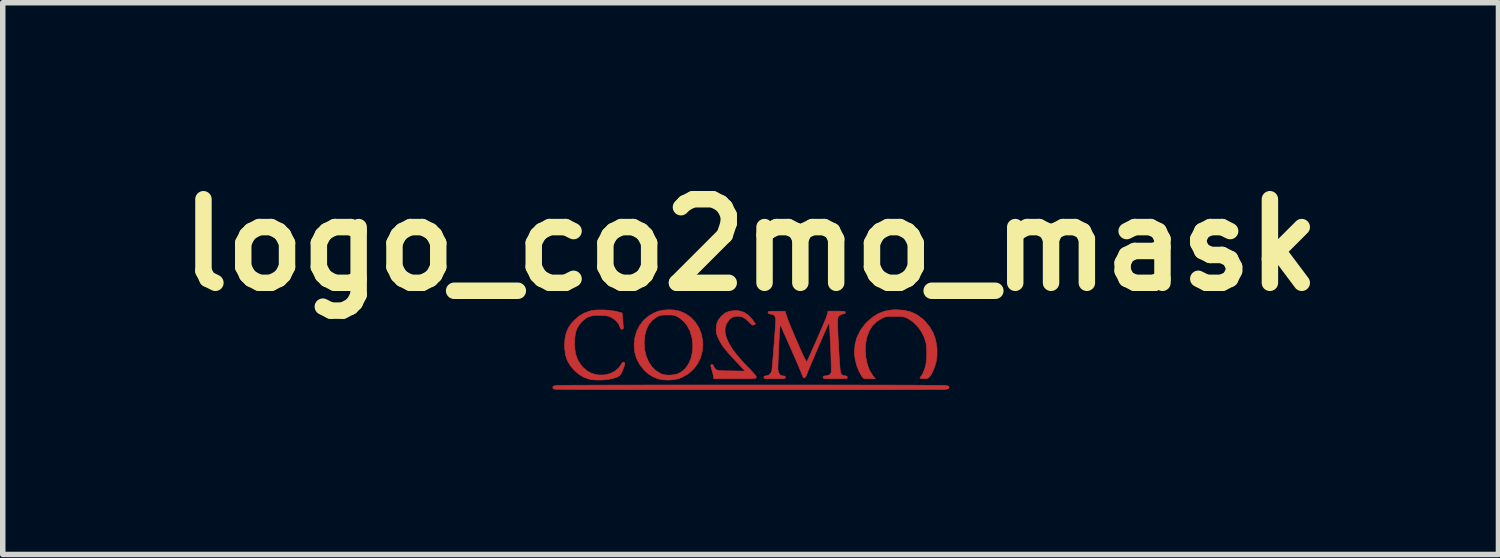
<source format=kicad_pcb>
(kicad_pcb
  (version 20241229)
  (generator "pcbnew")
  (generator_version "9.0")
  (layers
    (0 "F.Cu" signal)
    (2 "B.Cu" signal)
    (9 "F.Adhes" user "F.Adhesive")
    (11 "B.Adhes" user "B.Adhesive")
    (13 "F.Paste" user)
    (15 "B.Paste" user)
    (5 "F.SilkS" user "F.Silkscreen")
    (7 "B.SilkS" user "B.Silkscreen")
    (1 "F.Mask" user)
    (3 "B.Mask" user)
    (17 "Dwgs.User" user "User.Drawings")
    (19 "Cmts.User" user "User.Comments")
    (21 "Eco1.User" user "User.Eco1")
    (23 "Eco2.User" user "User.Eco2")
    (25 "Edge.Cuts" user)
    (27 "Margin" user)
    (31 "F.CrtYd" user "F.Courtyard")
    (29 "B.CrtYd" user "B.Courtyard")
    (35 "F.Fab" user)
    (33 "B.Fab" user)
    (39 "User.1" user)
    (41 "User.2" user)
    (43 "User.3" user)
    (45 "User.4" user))
  (footprint "logo_co2mo_mask"
    (layer "F.Cu")
    (at 10.639 3.323)
    (property "Reference" "logo_co2mo_mask" (at 0 -1.905 0) (layer "F.SilkS") (effects (font (size 1.524 1.524) (thickness 0.3))))
    (attr through_hole)
    (fp_poly (pts (xy -1.393 -0.719) (xy -1.304 -0.702) (xy -1.297 -0.7) (xy -1.187 -0.653) (xy -1.091 -0.586) (xy -1.01 -0.502) (xy -0.946 -0.402) (xy -0.901 -0.291) (xy -0.876 -0.169) (xy -0.871 -0.089) (xy -0.883 0.04) (xy -0.917 0.159) (xy -0.972 0.268) (xy -1.045 0.363) (xy -1.136 0.443) (xy -1.242 0.504) (xy -1.319 0.534) (xy -1.403 0.552) (xy -1.498 0.558) (xy -1.593 0.554) (xy -1.678 0.538) (xy -1.692 0.534) (xy -1.781 0.499) (xy -1.857 0.451) (xy -1.93 0.387) (xy -1.948 0.368) (xy -2.027 0.267) (xy -2.082 0.16) (xy -2.114 0.044) (xy -2.124 -0.084) (xy -2.124 -0.089) (xy -2.122 -0.106) (xy -1.942 -0.106) (xy -1.931 0.013) (xy -1.903 0.125) (xy -1.86 0.226) (xy -1.801 0.314) (xy -1.73 0.385) (xy -1.647 0.438) (xy -1.616 0.451) (xy -1.552 0.465) (xy -1.476 0.469) (xy -1.399 0.462) (xy -1.331 0.445) (xy -1.33 0.445) (xy -1.251 0.402) (xy -1.183 0.339) (xy -1.129 0.259) (xy -1.088 0.164) (xy -1.063 0.059) (xy -1.054 -0.056) (xy -1.063 -0.175) (xy -1.072 -0.23) (xy -1.107 -0.341) (xy -1.16 -0.439) (xy -1.229 -0.522) (xy -1.312 -0.585) (xy -1.323 -0.591) (xy -1.356 -0.609) (xy -1.386 -0.62) (xy -1.419 -0.626) (xy -1.462 -0.628) (xy -1.518 -0.629) (xy -1.578 -0.628) (xy -1.62 -0.625) (xy -1.652 -0.619) (xy -1.682 -0.607) (xy -1.713 -0.591) (xy -1.792 -0.534) (xy -1.854 -0.46) (xy -1.899 -0.368) (xy -1.929 -0.257) (xy -1.933 -0.229) (xy -1.942 -0.106) (xy -2.122 -0.106) (xy -2.111 -0.216) (xy -2.076 -0.335) (xy -2.02 -0.442) (xy -1.946 -0.536) (xy -1.854 -0.614) (xy -1.746 -0.674) (xy -1.679 -0.699) (xy -1.591 -0.717) (xy -1.492 -0.724) (xy -1.393 -0.719)) (stroke (width 0.01) (type solid)) (fill yes) (layer "F.Cu"))
    (fp_poly (pts (xy 2.795 -0.715) (xy 2.914 -0.687) (xy 3.021 -0.64) (xy 3.12 -0.571) (xy 3.175 -0.521) (xy 3.264 -0.415) (xy 3.331 -0.3) (xy 3.375 -0.172) (xy 3.398 -0.032) (xy 3.4 0) (xy 3.399 0.12) (xy 3.384 0.226) (xy 3.353 0.328) (xy 3.328 0.387) (xy 3.297 0.448) (xy 3.272 0.49) (xy 3.247 0.515) (xy 3.219 0.528) (xy 3.184 0.533) (xy 3.161 0.533) (xy 3.115 0.531) (xy 3.09 0.523) (xy 3.087 0.511) (xy 3.099 0.501) (xy 3.116 0.482) (xy 3.137 0.444) (xy 3.159 0.395) (xy 3.179 0.341) (xy 3.194 0.29) (xy 3.194 0.289) (xy 3.204 0.226) (xy 3.21 0.147) (xy 3.212 0.061) (xy 3.21 -0.022) (xy 3.203 -0.093) (xy 3.199 -0.117) (xy 3.165 -0.227) (xy 3.111 -0.332) (xy 3.041 -0.426) (xy 2.959 -0.505) (xy 2.868 -0.564) (xy 2.864 -0.566) (xy 2.83 -0.582) (xy 2.801 -0.592) (xy 2.77 -0.599) (xy 2.731 -0.602) (xy 2.677 -0.603) (xy 2.629 -0.603) (xy 2.561 -0.603) (xy 2.511 -0.601) (xy 2.475 -0.596) (xy 2.444 -0.589) (xy 2.414 -0.577) (xy 2.398 -0.569) (xy 2.303 -0.511) (xy 2.225 -0.435) (xy 2.164 -0.341) (xy 2.122 -0.231) (xy 2.098 -0.106) (xy 2.092 -0.000108) (xy 2.101 0.14) (xy 2.127 0.268) (xy 2.17 0.381) (xy 2.228 0.476) (xy 2.242 0.493) (xy 2.276 0.533) (xy 2.167 0.533) (xy 2.115 0.533) (xy 2.081 0.531) (xy 2.06 0.524) (xy 2.045 0.513) (xy 2.033 0.496) (xy 1.982 0.409) (xy 1.94 0.307) (xy 1.91 0.197) (xy 1.894 0.089) (xy 1.893 0.044) (xy 1.905 -0.094) (xy 1.941 -0.224) (xy 2.001 -0.346) (xy 2.085 -0.459) (xy 2.126 -0.503) (xy 2.227 -0.591) (xy 2.331 -0.655) (xy 2.443 -0.698) (xy 2.566 -0.72) (xy 2.66 -0.724) (xy 2.795 -0.715)) (stroke (width 0.01) (type solid)) (fill yes) (layer "F.Cu"))
    (fp_poly (pts (xy -0.206 -0.704) (xy -0.121 -0.678) (xy -0.044 -0.628) (xy 0.025 -0.555) (xy 0.038 -0.537) (xy 0.09 -0.465) (xy 0.061 -0.45) (xy 0.045 -0.444) (xy 0.03 -0.446) (xy 0.01 -0.461) (xy -0.02 -0.49) (xy -0.038 -0.508) (xy -0.099 -0.563) (xy -0.158 -0.595) (xy -0.221 -0.607) (xy -0.278 -0.603) (xy -0.321 -0.592) (xy -0.359 -0.569) (xy -0.389 -0.541) (xy -0.438 -0.476) (xy -0.464 -0.4) (xy -0.466 -0.316) (xy -0.445 -0.222) (xy -0.4 -0.119) (xy -0.332 -0.007) (xy -0.24 0.114) (xy -0.125 0.244) (xy -0.069 0.303) (xy -0.003 0.37) (xy 0.045 0.422) (xy 0.079 0.461) (xy 0.098 0.487) (xy 0.105 0.505) (xy 0.105 0.509) (xy 0.102 0.516) (xy 0.096 0.522) (xy 0.083 0.526) (xy 0.061 0.529) (xy 0.028 0.531) (xy -0.02 0.532) (xy -0.084 0.533) (xy -0.169 0.533) (xy -0.276 0.533) (xy -0.286 0.533) (xy -0.671 0.533) (xy -0.679 0.483) (xy -0.688 0.442) (xy -0.701 0.391) (xy -0.711 0.357) (xy -0.723 0.316) (xy -0.727 0.292) (xy -0.724 0.281) (xy -0.713 0.276) (xy -0.71 0.275) (xy -0.689 0.278) (xy -0.678 0.298) (xy -0.664 0.328) (xy -0.64 0.357) (xy -0.639 0.358) (xy -0.628 0.368) (xy -0.615 0.375) (xy -0.596 0.381) (xy -0.57 0.385) (xy -0.53 0.387) (xy -0.475 0.389) (xy -0.4 0.391) (xy -0.353 0.391) (xy -0.098 0.395) (xy -0.258 0.226) (xy -0.34 0.138) (xy -0.406 0.065) (xy -0.459 0.002) (xy -0.502 -0.054) (xy -0.536 -0.105) (xy -0.565 -0.156) (xy -0.583 -0.191) (xy -0.607 -0.244) (xy -0.621 -0.286) (xy -0.627 -0.328) (xy -0.628 -0.375) (xy -0.62 -0.459) (xy -0.593 -0.53) (xy -0.545 -0.595) (xy -0.526 -0.614) (xy -0.464 -0.664) (xy -0.395 -0.694) (xy -0.313 -0.708) (xy -0.303 -0.709) (xy -0.206 -0.704)) (stroke (width 0.01) (type solid)) (fill yes) (layer "F.Cu"))
    (fp_poly (pts (xy -2.669 -0.72) (xy -2.576 -0.713) (xy -2.49 -0.702) (xy -2.432 -0.689) (xy -2.343 -0.665) (xy -2.33 -0.517) (xy -2.325 -0.454) (xy -2.322 -0.412) (xy -2.323 -0.386) (xy -2.327 -0.373) (xy -2.334 -0.369) (xy -2.345 -0.368) (xy -2.368 -0.376) (xy -2.381 -0.404) (xy -2.381 -0.406) (xy -2.405 -0.462) (xy -2.448 -0.516) (xy -2.505 -0.563) (xy -2.528 -0.577) (xy -2.564 -0.595) (xy -2.597 -0.607) (xy -2.634 -0.614) (xy -2.685 -0.618) (xy -2.726 -0.62) (xy -2.819 -0.621) (xy -2.893 -0.613) (xy -2.954 -0.595) (xy -3.008 -0.566) (xy -3.06 -0.523) (xy -3.073 -0.51) (xy -3.126 -0.45) (xy -3.164 -0.387) (xy -3.19 -0.315) (xy -3.205 -0.228) (xy -3.21 -0.162) (xy -3.209 -0.029) (xy -3.19 0.088) (xy -3.153 0.19) (xy -3.096 0.281) (xy -3.06 0.324) (xy -2.98 0.393) (xy -2.894 0.438) (xy -2.796 0.463) (xy -2.763 0.466) (xy -2.659 0.464) (xy -2.563 0.44) (xy -2.478 0.398) (xy -2.408 0.339) (xy -2.371 0.29) (xy -2.348 0.254) (xy -2.332 0.235) (xy -2.319 0.231) (xy -2.304 0.238) (xy -2.301 0.24) (xy -2.294 0.25) (xy -2.295 0.269) (xy -2.305 0.302) (xy -2.324 0.353) (xy -2.328 0.364) (xy -2.351 0.418) (xy -2.371 0.456) (xy -2.394 0.482) (xy -2.426 0.501) (xy -2.472 0.517) (xy -2.535 0.534) (xy -2.609 0.548) (xy -2.694 0.556) (xy -2.783 0.558) (xy -2.866 0.554) (xy -2.935 0.544) (xy -2.948 0.54) (xy -3.043 0.506) (xy -3.127 0.456) (xy -3.21 0.385) (xy -3.214 0.381) (xy -3.288 0.295) (xy -3.342 0.202) (xy -3.376 0.1) (xy -3.391 -0.017) (xy -3.393 -0.079) (xy -3.385 -0.201) (xy -3.362 -0.306) (xy -3.32 -0.4) (xy -3.258 -0.487) (xy -3.214 -0.534) (xy -3.132 -0.605) (xy -3.046 -0.658) (xy -2.946 -0.696) (xy -2.908 -0.706) (xy -2.843 -0.717) (xy -2.761 -0.721) (xy -2.669 -0.72)) (stroke (width 0.01) (type solid)) (fill yes) (layer "F.Cu"))
    (fp_poly (pts (xy 0.27 0.648) (xy 0.53 0.648) (xy 0.787 0.648) (xy 1.04 0.648) (xy 1.289 0.648) (xy 1.53 0.649) (xy 1.765 0.649) (xy 1.99 0.649) (xy 2.205 0.65) (xy 2.409 0.65) (xy 2.6 0.65) (xy 2.776 0.651) (xy 2.938 0.651) (xy 3.083 0.652) (xy 3.21 0.653) (xy 3.318 0.653) (xy 3.406 0.654) (xy 3.472 0.655) (xy 3.515 0.655) (xy 3.534 0.656) (xy 3.579 0.661) (xy 3.605 0.667) (xy 3.617 0.676) (xy 3.619 0.691) (xy 3.619 0.692) (xy 3.616 0.709) (xy 3.602 0.719) (xy 3.572 0.726) (xy 3.553 0.728) (xy 3.535 0.729) (xy 3.493 0.73) (xy 3.429 0.73) (xy 3.342 0.731) (xy 3.236 0.731) (xy 3.11 0.732) (xy 2.966 0.732) (xy 2.806 0.732) (xy 2.63 0.733) (xy 2.441 0.733) (xy 2.238 0.733) (xy 2.024 0.733) (xy 1.8 0.734) (xy 1.566 0.734) (xy 1.325 0.734) (xy 1.078 0.734) (xy 0.825 0.734) (xy 0.568 0.734) (xy 0.308 0.734) (xy 0.047 0.734) (xy -0.215 0.734) (xy -0.475 0.734) (xy -0.733 0.734) (xy -0.987 0.734) (xy -1.237 0.734) (xy -1.481 0.733) (xy -1.717 0.733) (xy -1.945 0.733) (xy -2.163 0.733) (xy -2.369 0.732) (xy -2.564 0.732) (xy -2.745 0.732) (xy -2.911 0.731) (xy -3.06 0.731) (xy -3.193 0.73) (xy -3.306 0.73) (xy -3.4 0.729) (xy -3.473 0.729) (xy -3.523 0.728) (xy -3.55 0.727) (xy -3.553 0.727) (xy -3.587 0.722) (xy -3.603 0.713) (xy -3.607 0.694) (xy -3.607 0.693) (xy -3.604 0.677) (xy -3.593 0.667) (xy -3.567 0.661) (xy -3.529 0.656) (xy -3.509 0.655) (xy -3.464 0.654) (xy -3.397 0.654) (xy -3.309 0.653) (xy -3.2 0.652) (xy -3.072 0.652) (xy -2.926 0.651) (xy -2.763 0.651) (xy -2.586 0.65) (xy -2.394 0.65) (xy -2.19 0.65) (xy -1.975 0.649) (xy -1.749 0.649) (xy -1.514 0.649) (xy -1.272 0.648) (xy -1.023 0.648) (xy -0.77 0.648) (xy -0.512 0.648) (xy -0.252 0.648) (xy 0.009 0.648) (xy 0.27 0.648)) (stroke (width 0.01) (type solid)) (fill yes) (layer "F.Cu"))
    (fp_poly (pts (xy 1.569 -0.699) (xy 1.635 -0.698) (xy 1.679 -0.697) (xy 1.707 -0.694) (xy 1.721 -0.689) (xy 1.726 -0.682) (xy 1.727 -0.673) (xy 1.721 -0.654) (xy 1.698 -0.648) (xy 1.691 -0.648) (xy 1.655 -0.64) (xy 1.621 -0.621) (xy 1.606 -0.608) (xy 1.596 -0.594) (xy 1.591 -0.573) (xy 1.588 -0.539) (xy 1.588 -0.487) (xy 1.587 -0.464) (xy 1.588 -0.413) (xy 1.591 -0.342) (xy 1.594 -0.256) (xy 1.599 -0.159) (xy 1.604 -0.058) (xy 1.61 0.044) (xy 1.616 0.142) (xy 1.622 0.23) (xy 1.627 0.304) (xy 1.632 0.358) (xy 1.633 0.368) (xy 1.641 0.419) (xy 1.654 0.45) (xy 1.676 0.468) (xy 1.712 0.477) (xy 1.716 0.478) (xy 1.75 0.487) (xy 1.764 0.501) (xy 1.765 0.51) (xy 1.764 0.518) (xy 1.757 0.524) (xy 1.742 0.529) (xy 1.714 0.531) (xy 1.671 0.533) (xy 1.608 0.533) (xy 1.543 0.533) (xy 1.463 0.533) (xy 1.405 0.533) (xy 1.365 0.531) (xy 1.341 0.528) (xy 1.327 0.524) (xy 1.322 0.517) (xy 1.321 0.508) (xy 1.327 0.489) (xy 1.349 0.483) (xy 1.358 0.483) (xy 1.409 0.475) (xy 1.448 0.454) (xy 1.469 0.422) (xy 1.469 0.422) (xy 1.47 0.402) (xy 1.471 0.36) (xy 1.47 0.301) (xy 1.468 0.228) (xy 1.466 0.144) (xy 1.463 0.054) (xy 1.459 -0.038) (xy 1.455 -0.13) (xy 1.451 -0.216) (xy 1.447 -0.294) (xy 1.443 -0.359) (xy 1.44 -0.399) (xy 1.435 -0.444) (xy 1.431 -0.468) (xy 1.426 -0.472) (xy 1.418 -0.461) (xy 1.416 -0.456) (xy 1.402 -0.429) (xy 1.381 -0.382) (xy 1.353 -0.319) (xy 1.32 -0.243) (xy 1.283 -0.158) (xy 1.243 -0.068) (xy 1.204 0.025) (xy 1.164 0.116) (xy 1.128 0.203) (xy 1.094 0.282) (xy 1.066 0.349) (xy 1.045 0.402) (xy 1.031 0.436) (xy 1.028 0.445) (xy 1.009 0.493) (xy 0.988 0.518) (xy 0.968 0.518) (xy 0.95 0.493) (xy 0.941 0.469) (xy 0.932 0.445) (xy 0.914 0.4) (xy 0.889 0.339) (xy 0.857 0.265) (xy 0.82 0.18) (xy 0.78 0.087) (xy 0.753 0.027) (xy 0.711 -0.068) (xy 0.672 -0.157) (xy 0.637 -0.237) (xy 0.606 -0.305) (xy 0.583 -0.358) (xy 0.568 -0.393) (xy 0.563 -0.405) (xy 0.55 -0.431) (xy 0.541 -0.443) (xy 0.54 -0.442) (xy 0.537 -0.428) (xy 0.534 -0.392) (xy 0.53 -0.338) (xy 0.525 -0.27) (xy 0.521 -0.192) (xy 0.516 -0.107) (xy 0.511 -0.018) (xy 0.507 0.069) (xy 0.504 0.152) (xy 0.501 0.227) (xy 0.499 0.29) (xy 0.498 0.338) (xy 0.498 0.366) (xy 0.498 0.367) (xy 0.511 0.426) (xy 0.537 0.463) (xy 0.578 0.481) (xy 0.598 0.483) (xy 0.626 0.487) (xy 0.635 0.503) (xy 0.635 0.508) (xy 0.634 0.518) (xy 0.628 0.524) (xy 0.613 0.529) (xy 0.586 0.532) (xy 0.543 0.533) (xy 0.48 0.533) (xy 0.438 0.533) (xy 0.364 0.533) (xy 0.311 0.532) (xy 0.276 0.531) (xy 0.255 0.527) (xy 0.245 0.521) (xy 0.242 0.513) (xy 0.241 0.508) (xy 0.248 0.489) (xy 0.271 0.483) (xy 0.278 0.483) (xy 0.324 0.471) (xy 0.362 0.44) (xy 0.385 0.397) (xy 0.386 0.391) (xy 0.389 0.368) (xy 0.394 0.323) (xy 0.399 0.26) (xy 0.406 0.183) (xy 0.413 0.096) (xy 0.421 0.002) (xy 0.428 -0.095) (xy 0.435 -0.191) (xy 0.442 -0.283) (xy 0.448 -0.366) (xy 0.452 -0.437) (xy 0.456 -0.493) (xy 0.457 -0.528) (xy 0.457 -0.534) (xy 0.452 -0.587) (xy 0.433 -0.62) (xy 0.398 -0.638) (xy 0.371 -0.644) (xy 0.336 -0.651) (xy 0.32 -0.664) (xy 0.318 -0.675) (xy 0.319 -0.685) (xy 0.328 -0.691) (xy 0.347 -0.695) (xy 0.38 -0.698) (xy 0.433 -0.698) (xy 0.473 -0.698) (xy 0.629 -0.698) (xy 0.662 -0.593) (xy 0.678 -0.548) (xy 0.703 -0.483) (xy 0.736 -0.403) (xy 0.774 -0.312) (xy 0.816 -0.213) (xy 0.861 -0.11) (xy 0.906 -0.007) (xy 0.951 0.092) (xy 0.967 0.126) (xy 0.989 0.171) (xy 1.009 0.204) (xy 1.023 0.221) (xy 1.027 0.221) (xy 1.034 0.207) (xy 1.05 0.173) (xy 1.073 0.123) (xy 1.102 0.059) (xy 1.134 -0.015) (xy 1.17 -0.095) (xy 1.207 -0.179) (xy 1.243 -0.262) (xy 1.278 -0.342) (xy 1.309 -0.415) (xy 1.336 -0.477) (xy 1.357 -0.527) (xy 1.363 -0.542) (xy 1.381 -0.59) (xy 1.396 -0.633) (xy 1.403 -0.66) (xy 1.412 -0.699) (xy 1.569 -0.699)) (stroke (width 0.01) (type solid)) (fill yes) (layer "F.Cu")))
  (gr_rect
    (start -3 -3)
    (end 24.278 7.062)
    (stroke (width 0.1) (type default))
    (fill no)
    (layer "Edge.Cuts")))
</source>
